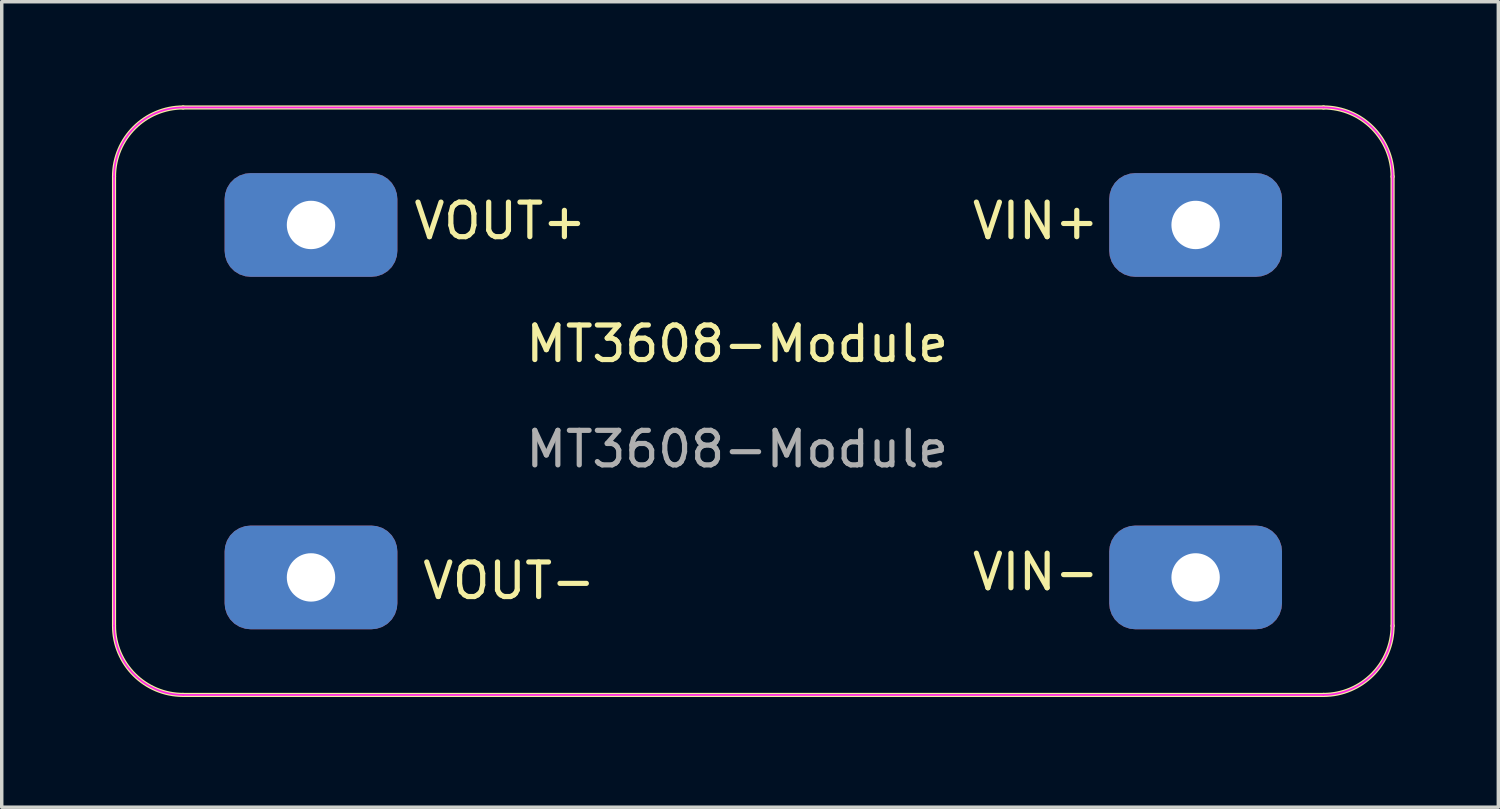
<source format=kicad_pcb>
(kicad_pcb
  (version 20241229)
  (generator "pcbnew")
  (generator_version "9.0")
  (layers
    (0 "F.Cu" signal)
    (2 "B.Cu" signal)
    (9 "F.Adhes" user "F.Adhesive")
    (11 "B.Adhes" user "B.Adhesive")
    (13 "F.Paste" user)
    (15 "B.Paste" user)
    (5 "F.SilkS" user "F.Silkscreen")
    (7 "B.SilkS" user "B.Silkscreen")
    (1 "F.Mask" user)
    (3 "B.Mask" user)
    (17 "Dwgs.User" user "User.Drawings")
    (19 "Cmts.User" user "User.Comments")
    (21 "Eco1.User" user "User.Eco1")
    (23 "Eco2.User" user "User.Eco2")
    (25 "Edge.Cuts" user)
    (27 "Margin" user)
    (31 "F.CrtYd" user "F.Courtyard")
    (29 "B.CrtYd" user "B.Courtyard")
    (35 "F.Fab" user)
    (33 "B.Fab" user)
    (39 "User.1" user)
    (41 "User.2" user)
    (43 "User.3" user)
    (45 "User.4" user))
  (footprint "MT3608-Module"
    (layer "F.Cu")
    (at 0.25 17.06)
    (property "Reference" "MT3608-Module" (at 18.034 -10.16 0) (unlocked yes) (layer "F.SilkS") (effects (font (size 1 1) (thickness 0.15))))
    (attr smd)
    (fp_line (start 0 -15) (end 0 -2) (stroke (width 0.12) (type solid)) (layer "F.SilkS"))
    (fp_line (start 2 0) (end 35 0) (stroke (width 0.12) (type solid)) (layer "F.SilkS"))
    (fp_line (start 35 -17) (end 2 -17) (stroke (width 0.12) (type solid)) (layer "F.SilkS"))
    (fp_line (start 37 -2) (end 37 -15) (stroke (width 0.12) (type solid)) (layer "F.SilkS"))
    (fp_arc (start 0 -15) (mid 0.585786 -16.414214) (end 2 -17) (stroke (width 0.12) (type solid)) (layer "F.SilkS"))
    (fp_arc (start 2 0) (mid 0.585786 -0.585786) (end 0 -2) (stroke (width 0.12) (type solid)) (layer "F.SilkS"))
    (fp_arc (start 35 -17) (mid 36.414214 -16.414214) (end 37 -15) (stroke (width 0.12) (type solid)) (layer "F.SilkS"))
    (fp_arc (start 37 -2) (mid 36.414214 -0.585786) (end 35 0) (stroke (width 0.12) (type solid)) (layer "F.SilkS"))
    (fp_line (start 0 -2) (end 0 -15) (stroke (width 0.05) (type solid)) (layer "F.CrtYd"))
    (fp_line (start 2 -17) (end 35 -17) (stroke (width 0.05) (type solid)) (layer "F.CrtYd"))
    (fp_line (start 35 0) (end 2 0) (stroke (width 0.05) (type solid)) (layer "F.CrtYd"))
    (fp_line (start 37 -15) (end 37 -2) (stroke (width 0.05) (type solid)) (layer "F.CrtYd"))
    (fp_arc (start 0 -15) (mid 0.585786 -16.414214) (end 2 -17) (stroke (width 0.05) (type solid)) (layer "F.CrtYd"))
    (fp_arc (start 2 0) (mid 0.585786 -0.585786) (end 0 -2) (stroke (width 0.05) (type solid)) (layer "F.CrtYd"))
    (fp_arc (start 35 -17) (mid 36.414214 -16.414214) (end 37 -15) (stroke (width 0.05) (type solid)) (layer "F.CrtYd"))
    (fp_arc (start 37 -2) (mid 36.414214 -0.585786) (end 35 0) (stroke (width 0.05) (type solid)) (layer "F.CrtYd"))
    (fp_text user "VIN+" (at 26.67 -13.716 0) (unlocked yes) (layer "F.SilkS") (effects (font (size 1 1) (thickness 0.15))))
    (fp_text user "VOUT+" (at 11.176 -13.716 0) (unlocked yes) (layer "F.SilkS") (effects (font (size 1 1) (thickness 0.15))))
    (fp_text user "VOUT-" (at 11.43 -3.302 0) (unlocked yes) (layer "F.SilkS") (effects (font (size 1 1) (thickness 0.15))))
    (fp_text user "VIN-" (at 26.67 -3.556 0) (unlocked yes) (layer "F.SilkS") (effects (font (size 1 1) (thickness 0.15))))
    (fp_text user "${REFERENCE}" (at 18.034 -7.112 0) (unlocked yes) (layer "F.Fab") (effects (font (size 1 1) (thickness 0.15))))
    (pad "1" thru_hole roundrect (at 31.3 -3.4) (size 5 3) (drill 1.4) (layers "*.Cu" "*.Mask") (roundrect_rratio 0.25))
    (pad "2" thru_hole roundrect (at 31.3 -13.6) (size 5 3) (drill 1.4) (layers "*.Cu" "*.Mask") (roundrect_rratio 0.25))
    (pad "3" thru_hole roundrect (at 5.7 -13.6) (size 5 3) (drill 1.4) (layers "*.Cu" "*.Mask") (roundrect_rratio 0.25))
    (pad "4" thru_hole roundrect (at 5.7 -3.4) (size 5 3) (drill 1.4) (layers "*.Cu" "*.Mask") (roundrect_rratio 0.25)))
  (gr_rect
    (start -3 -3)
    (end 40.31 20.31)
    (stroke (width 0.1) (type default))
    (fill no)
    (layer "Edge.Cuts")))
</source>
